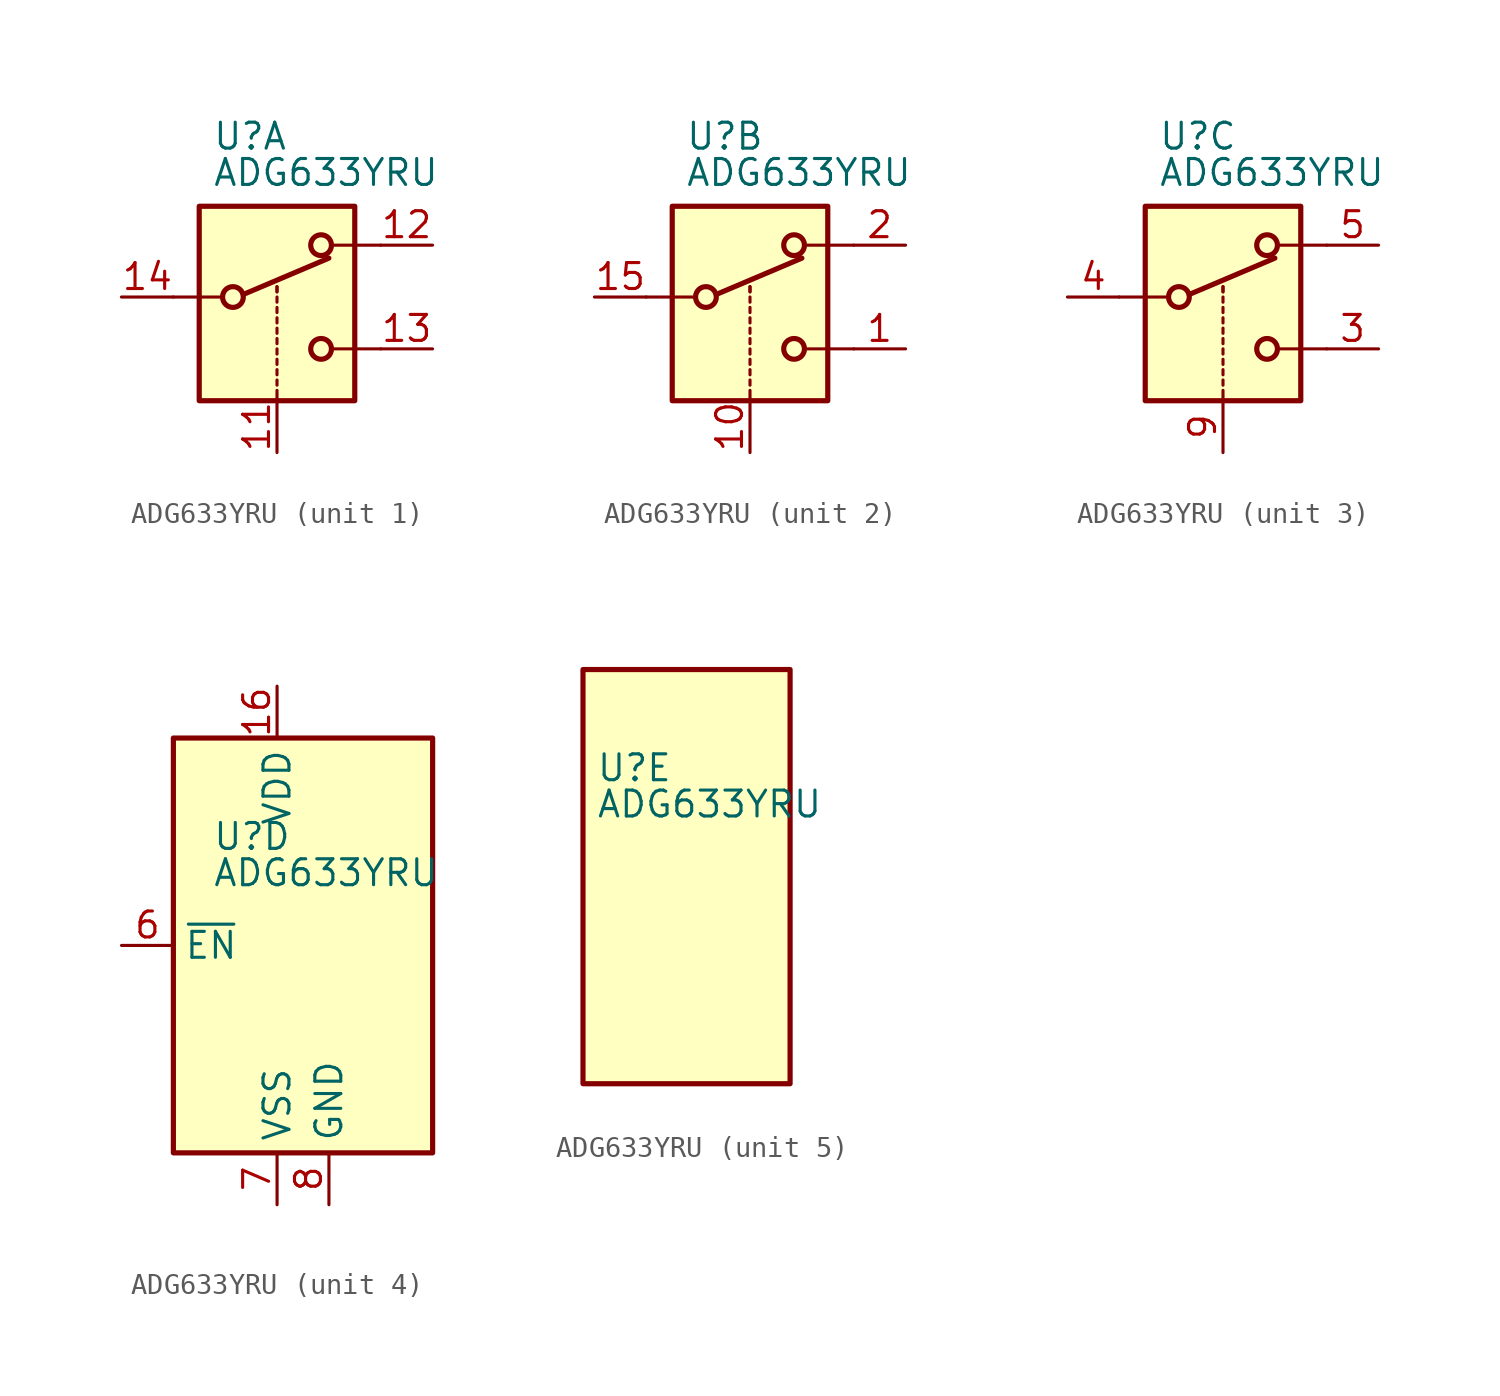
<source format=kicad_sym>
(kicad_symbol_lib
  (version 20220914)
  (generator kicad_symbol_editor)
  (symbol "ADG633YRU"
    (property "Reference" "U"
      (at -3.175 5.334 0)
      (effects (font (size 1.27 1.27)) (justify left)))
    (property "Value" "ADG633YRU"
      (at -3.175 3.556 0)
      (effects (font (size 1.27 1.27)) (justify left)))
    (symbol "ADG633YRU_1_1"
      (rectangle (start -3.81 1.905) (end 3.81 -7.62) (stroke (width 0.254) (type default)) (fill (type background)))
      (circle (center -2.159 -2.54) (radius 0.508) (stroke (width 0.254) (type default)) (fill (type none)))
      (polyline (pts (xy -5.08 -2.54) (xy -2.794 -2.54)) (stroke (width 0) (type default)) (fill (type none)))
      (polyline (pts (xy -1.651 -2.413) (xy 2.54 -0.635)) (stroke (width 0.254) (type default)) (fill (type none)))
      (polyline (pts (xy 0 -7.62) (xy 0 -7.112)) (stroke (width 0) (type default)) (fill (type none)))
      (polyline (pts (xy 0 -6.858) (xy 0 -6.604)) (stroke (width 0) (type default)) (fill (type none)))
      (polyline (pts (xy 0 -6.35) (xy 0 -6.096)) (stroke (width 0) (type default)) (fill (type none)))
      (polyline (pts (xy 0 -5.842) (xy 0 -5.588)) (stroke (width 0) (type default)) (fill (type none)))
      (polyline (pts (xy 0 -5.334) (xy 0 -5.08)) (stroke (width 0) (type default)) (fill (type none)))
      (polyline (pts (xy 0 -4.826) (xy 0 -4.572)) (stroke (width 0) (type default)) (fill (type none)))
      (polyline (pts (xy 0 -4.318) (xy 0 -4.064)) (stroke (width 0) (type default)) (fill (type none)))
      (polyline (pts (xy 0 -3.81) (xy 0 -3.556)) (stroke (width 0) (type default)) (fill (type none)))
      (polyline (pts (xy 0 -3.302) (xy 0 -3.048)) (stroke (width 0) (type default)) (fill (type none)))
      (polyline (pts (xy 0 -2.794) (xy 0 -2.54)) (stroke (width 0) (type default)) (fill (type none)))
      (polyline (pts (xy 0 -2.286) (xy 0 -2.032)) (stroke (width 0) (type default)) (fill (type none)))
      (polyline (pts (xy 0 -2.286) (xy 0 -2.032)) (stroke (width 0) (type default)) (fill (type none)))
      (polyline (pts (xy 5.08 -5.08) (xy 2.794 -5.08)) (stroke (width 0) (type default)) (fill (type none)))
      (polyline (pts (xy 5.08 0) (xy 2.794 0)) (stroke (width 0) (type default)) (fill (type none)))
      (circle (center 2.159 -5.08) (radius 0.508) (stroke (width 0.254) (type default)) (fill (type none)))
      (circle (center 2.159 0) (radius 0.508) (stroke (width 0.254) (type default)) (fill (type none)))
      (pin input line (at 0 -10.16 90) (length 2.54) (name "~" (effects (font (size 1.27 1.27)))) (number "11" (effects (font (size 1.27 1.27)))))
      (pin passive line (at 7.62 0 180) (length 2.54) (name "~" (effects (font (size 1.27 1.27)))) (number "12" (effects (font (size 1.27 1.27)))))
      (pin passive line (at 7.62 -5.08 180) (length 2.54) (name "~" (effects (font (size 1.27 1.27)))) (number "13" (effects (font (size 1.27 1.27)))))
      (pin passive line (at -7.62 -2.54 0) (length 2.54) (name "~" (effects (font (size 1.27 1.27)))) (number "14" (effects (font (size 1.27 1.27))))))
    (symbol "ADG633YRU_2_1"
      (rectangle (start -3.81 1.905) (end 3.81 -7.62) (stroke (width 0.254) (type default)) (fill (type background)))
      (circle (center -2.159 -2.54) (radius 0.508) (stroke (width 0.254) (type default)) (fill (type none)))
      (polyline (pts (xy -5.08 -2.54) (xy -2.794 -2.54)) (stroke (width 0) (type default)) (fill (type none)))
      (polyline (pts (xy -1.651 -2.413) (xy 2.54 -0.635)) (stroke (width 0.254) (type default)) (fill (type none)))
      (polyline (pts (xy 0 -7.62) (xy 0 -7.112)) (stroke (width 0) (type default)) (fill (type none)))
      (polyline (pts (xy 0 -6.858) (xy 0 -6.604)) (stroke (width 0) (type default)) (fill (type none)))
      (polyline (pts (xy 0 -6.35) (xy 0 -6.096)) (stroke (width 0) (type default)) (fill (type none)))
      (polyline (pts (xy 0 -5.842) (xy 0 -5.588)) (stroke (width 0) (type default)) (fill (type none)))
      (polyline (pts (xy 0 -5.334) (xy 0 -5.08)) (stroke (width 0) (type default)) (fill (type none)))
      (polyline (pts (xy 0 -4.826) (xy 0 -4.572)) (stroke (width 0) (type default)) (fill (type none)))
      (polyline (pts (xy 0 -4.318) (xy 0 -4.064)) (stroke (width 0) (type default)) (fill (type none)))
      (polyline (pts (xy 0 -3.81) (xy 0 -3.556)) (stroke (width 0) (type default)) (fill (type none)))
      (polyline (pts (xy 0 -3.302) (xy 0 -3.048)) (stroke (width 0) (type default)) (fill (type none)))
      (polyline (pts (xy 0 -2.794) (xy 0 -2.54)) (stroke (width 0) (type default)) (fill (type none)))
      (polyline (pts (xy 0 -2.286) (xy 0 -2.032)) (stroke (width 0) (type default)) (fill (type none)))
      (polyline (pts (xy 0 -2.286) (xy 0 -2.032)) (stroke (width 0) (type default)) (fill (type none)))
      (polyline (pts (xy 5.08 -5.08) (xy 2.794 -5.08)) (stroke (width 0) (type default)) (fill (type none)))
      (polyline (pts (xy 5.08 0) (xy 2.794 0)) (stroke (width 0) (type default)) (fill (type none)))
      (circle (center 2.159 -5.08) (radius 0.508) (stroke (width 0.254) (type default)) (fill (type none)))
      (circle (center 2.159 0) (radius 0.508) (stroke (width 0.254) (type default)) (fill (type none)))
      (pin passive line (at 7.62 -5.08 180) (length 2.54) (name "~" (effects (font (size 1.27 1.27)))) (number "1" (effects (font (size 1.27 1.27)))))
      (pin input line (at 0 -10.16 90) (length 2.54) (name "~" (effects (font (size 1.27 1.27)))) (number "10" (effects (font (size 1.27 1.27)))))
      (pin passive line (at -7.62 -2.54 0) (length 2.54) (name "~" (effects (font (size 1.27 1.27)))) (number "15" (effects (font (size 1.27 1.27)))))
      (pin passive line (at 7.62 0 180) (length 2.54) (name "~" (effects (font (size 1.27 1.27)))) (number "2" (effects (font (size 1.27 1.27))))))
    (symbol "ADG633YRU_3_1"
      (rectangle (start -3.81 1.905) (end 3.81 -7.62) (stroke (width 0.254) (type default)) (fill (type background)))
      (circle (center -2.159 -2.54) (radius 0.508) (stroke (width 0.254) (type default)) (fill (type none)))
      (polyline (pts (xy -5.08 -2.54) (xy -2.794 -2.54)) (stroke (width 0) (type default)) (fill (type none)))
      (polyline (pts (xy -1.651 -2.413) (xy 2.54 -0.635)) (stroke (width 0.254) (type default)) (fill (type none)))
      (polyline (pts (xy 0 -7.62) (xy 0 -7.112)) (stroke (width 0) (type default)) (fill (type none)))
      (polyline (pts (xy 0 -6.858) (xy 0 -6.604)) (stroke (width 0) (type default)) (fill (type none)))
      (polyline (pts (xy 0 -6.35) (xy 0 -6.096)) (stroke (width 0) (type default)) (fill (type none)))
      (polyline (pts (xy 0 -5.842) (xy 0 -5.588)) (stroke (width 0) (type default)) (fill (type none)))
      (polyline (pts (xy 0 -5.334) (xy 0 -5.08)) (stroke (width 0) (type default)) (fill (type none)))
      (polyline (pts (xy 0 -4.826) (xy 0 -4.572)) (stroke (width 0) (type default)) (fill (type none)))
      (polyline (pts (xy 0 -4.318) (xy 0 -4.064)) (stroke (width 0) (type default)) (fill (type none)))
      (polyline (pts (xy 0 -3.81) (xy 0 -3.556)) (stroke (width 0) (type default)) (fill (type none)))
      (polyline (pts (xy 0 -3.302) (xy 0 -3.048)) (stroke (width 0) (type default)) (fill (type none)))
      (polyline (pts (xy 0 -2.794) (xy 0 -2.54)) (stroke (width 0) (type default)) (fill (type none)))
      (polyline (pts (xy 0 -2.286) (xy 0 -2.032)) (stroke (width 0) (type default)) (fill (type none)))
      (polyline (pts (xy 0 -2.286) (xy 0 -2.032)) (stroke (width 0) (type default)) (fill (type none)))
      (polyline (pts (xy 5.08 -5.08) (xy 2.794 -5.08)) (stroke (width 0) (type default)) (fill (type none)))
      (polyline (pts (xy 5.08 0) (xy 2.794 0)) (stroke (width 0) (type default)) (fill (type none)))
      (circle (center 2.159 -5.08) (radius 0.508) (stroke (width 0.254) (type default)) (fill (type none)))
      (circle (center 2.159 0) (radius 0.508) (stroke (width 0.254) (type default)) (fill (type none)))
      (pin passive line (at 7.62 -5.08 180) (length 2.54) (name "~" (effects (font (size 1.27 1.27)))) (number "3" (effects (font (size 1.27 1.27)))))
      (pin passive line (at -7.62 -2.54 0) (length 2.54) (name "~" (effects (font (size 1.27 1.27)))) (number "4" (effects (font (size 1.27 1.27)))))
      (pin passive line (at 7.62 0 180) (length 2.54) (name "~" (effects (font (size 1.27 1.27)))) (number "5" (effects (font (size 1.27 1.27)))))
      (pin input line (at 0 -10.16 90) (length 2.54) (name "~" (effects (font (size 1.27 1.27)))) (number "9" (effects (font (size 1.27 1.27))))))
    (symbol "ADG633YRU_4_0"
      (pin power_in line (at 0 12.7 270) (length 2.54) (name "VDD" (effects (font (size 1.27 1.27)))) (number "16" (effects (font (size 1.27 1.27)))))
      (pin input line (at -7.62 0 0) (length 2.54) (name "~{EN}" (effects (font (size 1.27 1.27)))) (number "6" (effects (font (size 1.27 1.27)))))
      (pin power_in line (at 0 -12.7 90) (length 2.54) (name "VSS" (effects (font (size 1.27 1.27)))) (number "7" (effects (font (size 1.27 1.27)))))
      (pin power_in line (at 2.54 -12.7 90) (length 2.54) (name "GND" (effects (font (size 1.27 1.27)))) (number "8" (effects (font (size 1.27 1.27))))))
    (symbol "ADG633YRU_4_1"
      (rectangle (start -5.08 10.16) (end 7.62 -10.16) (stroke (width 0.254) (type default)) (fill (type background))))
    (symbol "ADG633YRU_5_1"
      (rectangle (start -3.81 10.16) (end 6.35 -10.16) (stroke (width 0.254) (type default)) (fill (type background))))))
</source>
